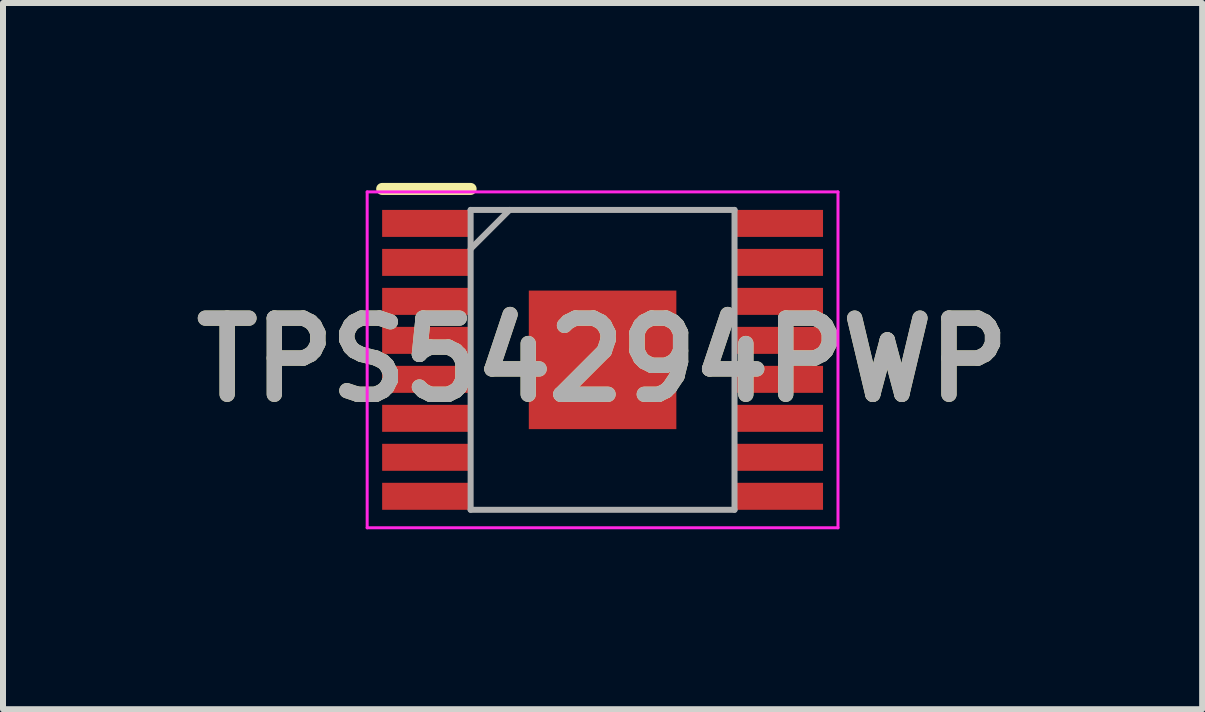
<source format=kicad_pcb>
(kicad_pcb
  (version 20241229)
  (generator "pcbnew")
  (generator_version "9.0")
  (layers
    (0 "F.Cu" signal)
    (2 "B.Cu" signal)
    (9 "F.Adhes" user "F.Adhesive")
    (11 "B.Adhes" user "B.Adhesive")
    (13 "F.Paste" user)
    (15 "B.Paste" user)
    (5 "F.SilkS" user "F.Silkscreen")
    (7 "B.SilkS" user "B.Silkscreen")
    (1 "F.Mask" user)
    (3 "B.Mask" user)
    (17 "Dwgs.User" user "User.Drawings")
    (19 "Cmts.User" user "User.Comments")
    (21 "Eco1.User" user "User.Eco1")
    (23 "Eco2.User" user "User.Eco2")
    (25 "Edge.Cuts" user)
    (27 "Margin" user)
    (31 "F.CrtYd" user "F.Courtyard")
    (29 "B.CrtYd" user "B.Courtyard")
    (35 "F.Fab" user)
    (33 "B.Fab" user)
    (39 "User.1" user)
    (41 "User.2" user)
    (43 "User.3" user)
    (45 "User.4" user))
  (footprint "TPS54294PWP"
    (layer "F.Cu")
    (at 6.997 2.95)
    (property "Reference" "TPS54294PWP" (at 0 0 0) (layer "F.SilkS") (effects (font (size 1.27 1.27) (thickness 0.254))))
    (attr smd)
    (fp_line (start -3.675 -2.85) (end -2.2 -2.85) (stroke (width 0.2) (type solid)) (layer "F.SilkS"))
    (fp_line (start -3.925 -2.8) (end 3.925 -2.8) (stroke (width 0.05) (type solid)) (layer "F.CrtYd"))
    (fp_line (start -3.925 2.8) (end -3.925 -2.8) (stroke (width 0.05) (type solid)) (layer "F.CrtYd"))
    (fp_line (start 3.925 -2.8) (end 3.925 2.8) (stroke (width 0.05) (type solid)) (layer "F.CrtYd"))
    (fp_line (start 3.925 2.8) (end -3.925 2.8) (stroke (width 0.05) (type solid)) (layer "F.CrtYd"))
    (fp_line (start -2.2 -2.5) (end 2.2 -2.5) (stroke (width 0.1) (type solid)) (layer "F.Fab"))
    (fp_line (start -2.2 -1.85) (end -1.55 -2.5) (stroke (width 0.1) (type solid)) (layer "F.Fab"))
    (fp_line (start -2.2 2.5) (end -2.2 -2.5) (stroke (width 0.1) (type solid)) (layer "F.Fab"))
    (fp_line (start 2.2 -2.5) (end 2.2 2.5) (stroke (width 0.1) (type solid)) (layer "F.Fab"))
    (fp_line (start 2.2 2.5) (end -2.2 2.5) (stroke (width 0.1) (type solid)) (layer "F.Fab"))
    (fp_text user "${REFERENCE}" (at 0 0 0) (layer "F.Fab") (effects (font (size 1.27 1.27) (thickness 0.254))))
    (pad "1" smd rect (at -2.938 -2.275 90) (size 0.45 1.475) (layers "F.Cu" "F.Mask" "F.Paste"))
    (pad "2" smd rect (at -2.938 -1.625 90) (size 0.45 1.475) (layers "F.Cu" "F.Mask" "F.Paste"))
    (pad "3" smd rect (at -2.938 -0.975 90) (size 0.45 1.475) (layers "F.Cu" "F.Mask" "F.Paste"))
    (pad "4" smd rect (at -2.938 -0.325 90) (size 0.45 1.475) (layers "F.Cu" "F.Mask" "F.Paste"))
    (pad "5" smd rect (at -2.938 0.325 90) (size 0.45 1.475) (layers "F.Cu" "F.Mask" "F.Paste"))
    (pad "6" smd rect (at -2.938 0.975 90) (size 0.45 1.475) (layers "F.Cu" "F.Mask" "F.Paste"))
    (pad "7" smd rect (at -2.938 1.625 90) (size 0.45 1.475) (layers "F.Cu" "F.Mask" "F.Paste"))
    (pad "8" smd rect (at -2.938 2.275 90) (size 0.45 1.475) (layers "F.Cu" "F.Mask" "F.Paste"))
    (pad "9" smd rect (at 2.938 2.275 90) (size 0.45 1.475) (layers "F.Cu" "F.Mask" "F.Paste"))
    (pad "10" smd rect (at 2.938 1.625 90) (size 0.45 1.475) (layers "F.Cu" "F.Mask" "F.Paste"))
    (pad "11" smd rect (at 2.938 0.975 90) (size 0.45 1.475) (layers "F.Cu" "F.Mask" "F.Paste"))
    (pad "12" smd rect (at 2.938 0.325 90) (size 0.45 1.475) (layers "F.Cu" "F.Mask" "F.Paste"))
    (pad "13" smd rect (at 2.938 -0.325 90) (size 0.45 1.475) (layers "F.Cu" "F.Mask" "F.Paste"))
    (pad "14" smd rect (at 2.938 -0.975 90) (size 0.45 1.475) (layers "F.Cu" "F.Mask" "F.Paste"))
    (pad "15" smd rect (at 2.938 -1.625 90) (size 0.45 1.475) (layers "F.Cu" "F.Mask" "F.Paste"))
    (pad "16" smd rect (at 2.938 -2.275 90) (size 0.45 1.475) (layers "F.Cu" "F.Mask" "F.Paste"))
    (pad "17" smd rect (at 0 0 90) (size 2.31 2.46) (layers "F.Cu" "F.Mask" "F.Paste")))
  (gr_rect
    (start -3 -3)
    (end 16.994 8.775)
    (stroke (width 0.1) (type default))
    (fill no)
    (layer "Edge.Cuts")))
</source>
